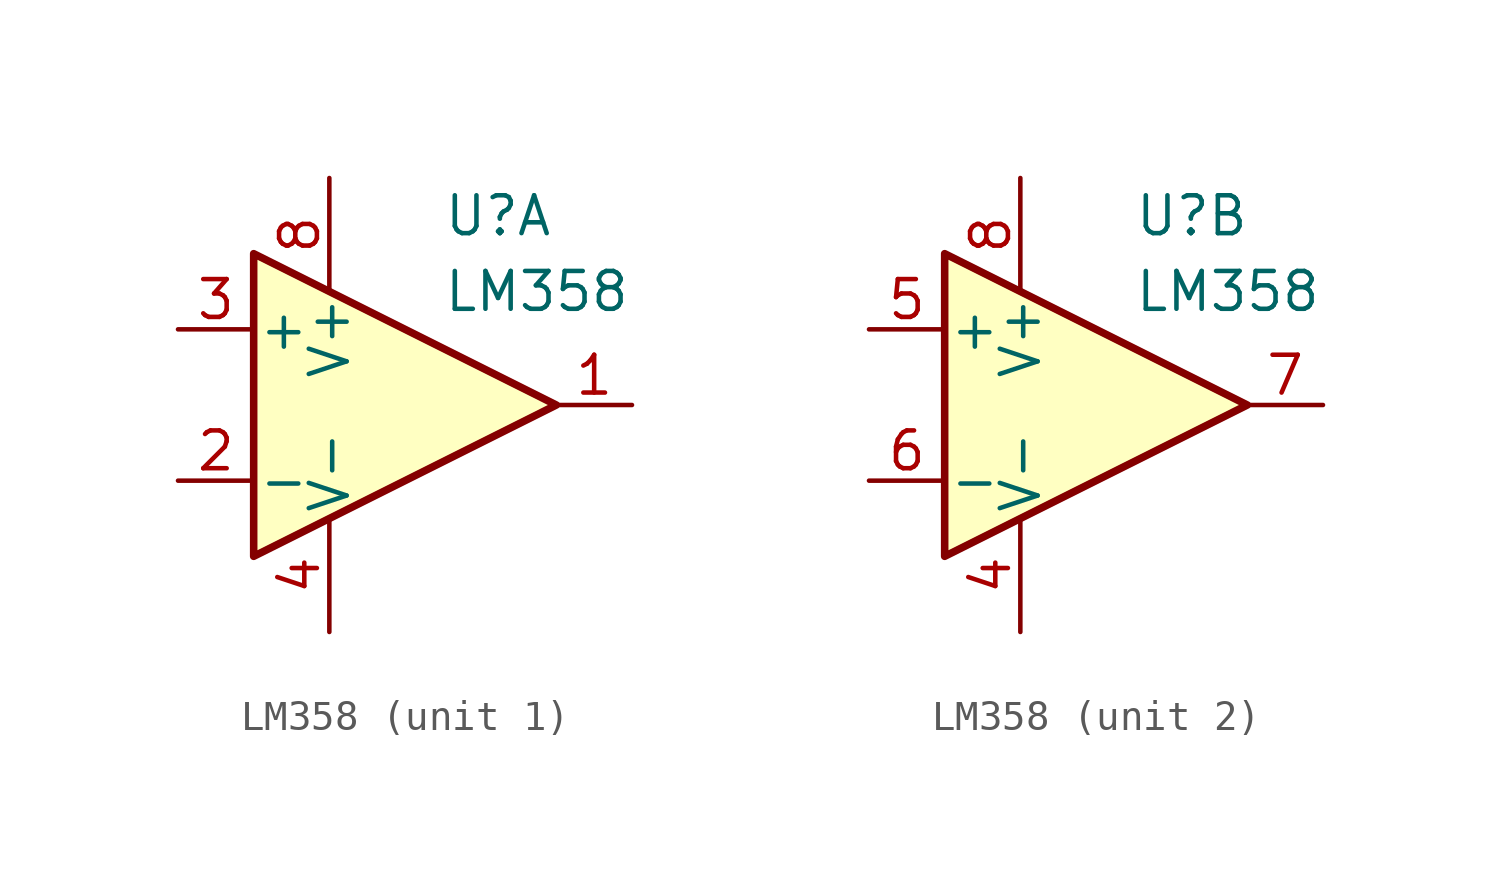
<source format=kicad_sym>
(kicad_symbol_lib
  (version 20211014)
  (generator kicad_symbol_editor)
  (symbol "LM358"
    (pin_names
      (offset 0.127))
    (property "Reference" "U"
      (at 1.27 6.35 0)
      (effects (font (size 1.27 1.27)) (justify left)))
    (property "Value" "LM358"
      (at 1.27 3.81 0)
      (effects (font (size 1.27 1.27)) (justify left)))
    (property "ki_locked" ""
      (at 0 0 0)
      (effects (font (size 1.27 1.27))))
    (symbol "LM358_1_1"
      (polyline (pts (xy -5.08 5.08) (xy 5.08 0) (xy -5.08 -5.08) (xy -5.08 5.08)) (stroke (width 0.254) (type default) (color 0 0 0 0)) (fill (type background)))
      (pin output line (at 7.62 0 180) (length 2.54) (name "~" (effects (font (size 1.27 1.27)))) (number "1" (effects (font (size 1.27 1.27)))))
      (pin input line (at -7.62 -2.54 0) (length 2.54) (name "-" (effects (font (size 1.27 1.27)))) (number "2" (effects (font (size 1.27 1.27)))))
      (pin input line (at -7.62 2.54 0) (length 2.54) (name "+" (effects (font (size 1.27 1.27)))) (number "3" (effects (font (size 1.27 1.27)))))
      (pin power_in line (at -2.54 -7.62 90) (length 3.81) (name "V-" (effects (font (size 1.27 1.27)))) (number "4" (effects (font (size 1.27 1.27)))))
      (pin power_in line (at -2.54 7.62 270) (length 3.81) (name "V+" (effects (font (size 1.27 1.27)))) (number "8" (effects (font (size 1.27 1.27))))))
    (symbol "LM358_2_1"
      (polyline (pts (xy -5.08 5.08) (xy 5.08 0) (xy -5.08 -5.08) (xy -5.08 5.08)) (stroke (width 0.254) (type default) (color 0 0 0 0)) (fill (type background)))
      (pin power_in line (at -2.54 -7.62 90) (length 3.81) (name "V-" (effects (font (size 1.27 1.27)))) (number "4" (effects (font (size 1.27 1.27)))))
      (pin input line (at -7.62 2.54 0) (length 2.54) (name "+" (effects (font (size 1.27 1.27)))) (number "5" (effects (font (size 1.27 1.27)))))
      (pin input line (at -7.62 -2.54 0) (length 2.54) (name "-" (effects (font (size 1.27 1.27)))) (number "6" (effects (font (size 1.27 1.27)))))
      (pin output line (at 7.62 0 180) (length 2.54) (name "~" (effects (font (size 1.27 1.27)))) (number "7" (effects (font (size 1.27 1.27)))))
      (pin power_in line (at -2.54 7.62 270) (length 3.81) (name "V+" (effects (font (size 1.27 1.27)))) (number "8" (effects (font (size 1.27 1.27))))))))
</source>
